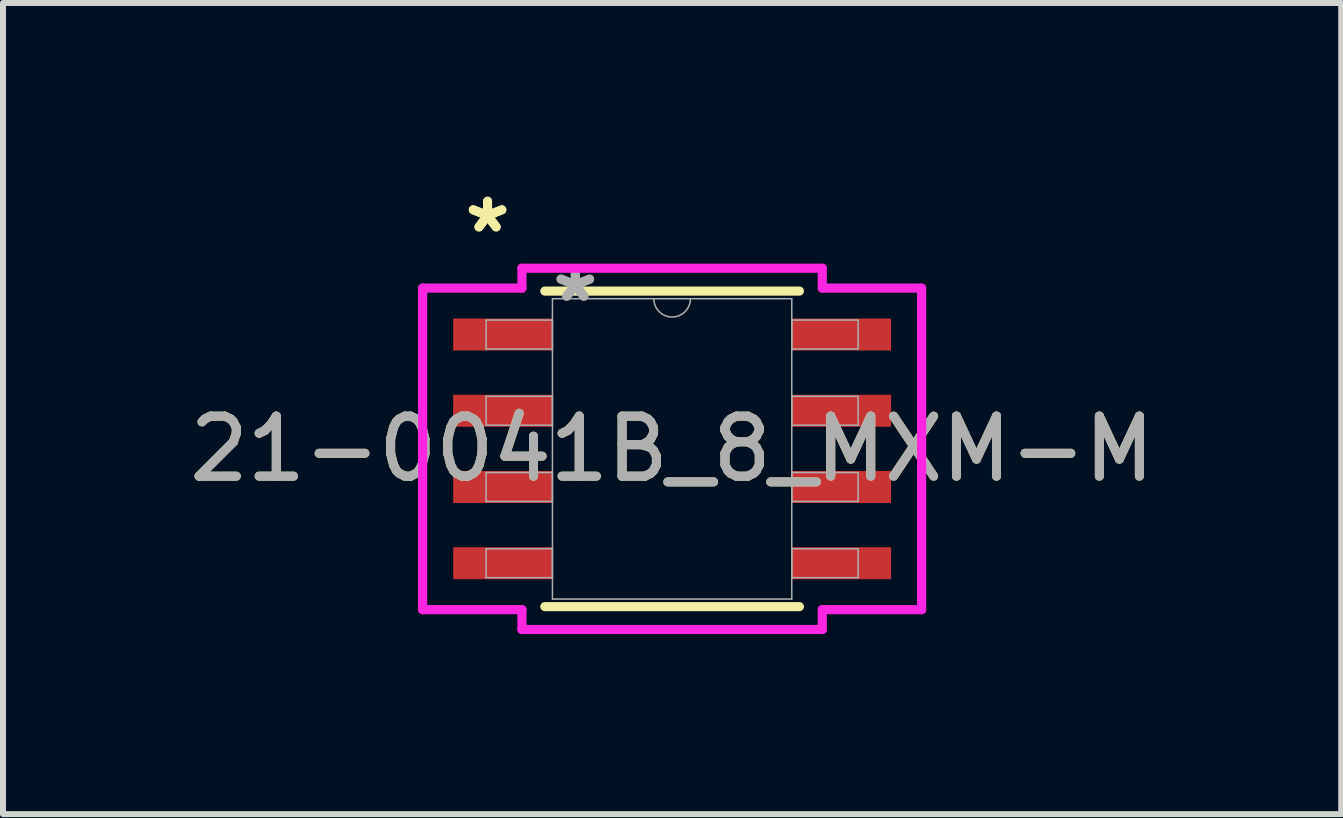
<source format=kicad_pcb>
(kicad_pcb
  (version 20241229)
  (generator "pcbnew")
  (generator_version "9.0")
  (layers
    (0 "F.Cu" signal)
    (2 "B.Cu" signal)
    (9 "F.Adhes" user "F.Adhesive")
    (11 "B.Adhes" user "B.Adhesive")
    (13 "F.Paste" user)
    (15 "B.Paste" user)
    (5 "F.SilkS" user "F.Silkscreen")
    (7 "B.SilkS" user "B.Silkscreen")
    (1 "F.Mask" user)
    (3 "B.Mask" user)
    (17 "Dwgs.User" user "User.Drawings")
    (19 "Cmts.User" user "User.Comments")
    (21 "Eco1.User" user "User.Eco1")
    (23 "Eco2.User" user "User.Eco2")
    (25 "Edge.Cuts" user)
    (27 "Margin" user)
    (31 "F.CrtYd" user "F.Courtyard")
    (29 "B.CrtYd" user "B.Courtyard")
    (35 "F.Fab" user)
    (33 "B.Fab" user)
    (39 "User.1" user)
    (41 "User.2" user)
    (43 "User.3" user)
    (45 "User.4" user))
  (footprint "21-0041B_8_MXM-M"
    (layer "F.Cu")
    (at 8.149 4.429)
    (property "Reference" "21-0041B_8_MXM-M" (at 0 0 0) (unlocked yes) (layer "F.SilkS") (effects (font (size 1 1) (thickness 0.15))))
    (attr smd)
    (fp_line (start -2.121 2.629) (end 2.121 2.629) (stroke (width 0.152) (type solid)) (layer "F.SilkS"))
    (fp_line (start 2.121 -2.629) (end -2.121 -2.629) (stroke (width 0.152) (type solid)) (layer "F.SilkS"))
    (fp_line (start -4.157 -2.679) (end -2.502 -2.679) (stroke (width 0.152) (type solid)) (layer "F.CrtYd"))
    (fp_line (start -4.157 2.679) (end -4.157 -2.679) (stroke (width 0.152) (type solid)) (layer "F.CrtYd"))
    (fp_line (start -4.157 2.679) (end -2.502 2.679) (stroke (width 0.152) (type solid)) (layer "F.CrtYd"))
    (fp_line (start -2.502 -3.01) (end 2.502 -3.01) (stroke (width 0.152) (type solid)) (layer "F.CrtYd"))
    (fp_line (start -2.502 -2.679) (end -2.502 -3.01) (stroke (width 0.152) (type solid)) (layer "F.CrtYd"))
    (fp_line (start -2.502 3.01) (end -2.502 2.679) (stroke (width 0.152) (type solid)) (layer "F.CrtYd"))
    (fp_line (start 2.502 -3.01) (end 2.502 -2.679) (stroke (width 0.152) (type solid)) (layer "F.CrtYd"))
    (fp_line (start 2.502 2.679) (end 2.502 3.01) (stroke (width 0.152) (type solid)) (layer "F.CrtYd"))
    (fp_line (start 2.502 3.01) (end -2.502 3.01) (stroke (width 0.152) (type solid)) (layer "F.CrtYd"))
    (fp_line (start 4.157 -2.679) (end 2.502 -2.679) (stroke (width 0.152) (type solid)) (layer "F.CrtYd"))
    (fp_line (start 4.157 -2.679) (end 4.157 2.679) (stroke (width 0.152) (type solid)) (layer "F.CrtYd"))
    (fp_line (start 4.157 2.679) (end 2.502 2.679) (stroke (width 0.152) (type solid)) (layer "F.CrtYd"))
    (fp_line (start -3.099 -2.146) (end -3.099 -1.664) (stroke (width 0.025) (type solid)) (layer "F.Fab"))
    (fp_line (start -3.099 -1.664) (end -1.994 -1.664) (stroke (width 0.025) (type solid)) (layer "F.Fab"))
    (fp_line (start -3.099 -0.876) (end -3.099 -0.394) (stroke (width 0.025) (type solid)) (layer "F.Fab"))
    (fp_line (start -3.099 -0.394) (end -1.994 -0.394) (stroke (width 0.025) (type solid)) (layer "F.Fab"))
    (fp_line (start -3.099 0.394) (end -3.099 0.876) (stroke (width 0.025) (type solid)) (layer "F.Fab"))
    (fp_line (start -3.099 0.876) (end -1.994 0.876) (stroke (width 0.025) (type solid)) (layer "F.Fab"))
    (fp_line (start -3.099 1.664) (end -3.099 2.146) (stroke (width 0.025) (type solid)) (layer "F.Fab"))
    (fp_line (start -3.099 2.146) (end -1.994 2.146) (stroke (width 0.025) (type solid)) (layer "F.Fab"))
    (fp_line (start -1.994 -2.502) (end -1.994 2.502) (stroke (width 0.025) (type solid)) (layer "F.Fab"))
    (fp_line (start -1.994 -2.146) (end -3.099 -2.146) (stroke (width 0.025) (type solid)) (layer "F.Fab"))
    (fp_line (start -1.994 -1.664) (end -1.994 -2.146) (stroke (width 0.025) (type solid)) (layer "F.Fab"))
    (fp_line (start -1.994 -0.876) (end -3.099 -0.876) (stroke (width 0.025) (type solid)) (layer "F.Fab"))
    (fp_line (start -1.994 -0.394) (end -1.994 -0.876) (stroke (width 0.025) (type solid)) (layer "F.Fab"))
    (fp_line (start -1.994 0.394) (end -3.099 0.394) (stroke (width 0.025) (type solid)) (layer "F.Fab"))
    (fp_line (start -1.994 0.876) (end -1.994 0.394) (stroke (width 0.025) (type solid)) (layer "F.Fab"))
    (fp_line (start -1.994 1.664) (end -3.099 1.664) (stroke (width 0.025) (type solid)) (layer "F.Fab"))
    (fp_line (start -1.994 2.146) (end -1.994 1.664) (stroke (width 0.025) (type solid)) (layer "F.Fab"))
    (fp_line (start -1.994 2.502) (end 1.994 2.502) (stroke (width 0.025) (type solid)) (layer "F.Fab"))
    (fp_line (start 1.994 -2.502) (end -1.994 -2.502) (stroke (width 0.025) (type solid)) (layer "F.Fab"))
    (fp_line (start 1.994 -2.146) (end 1.994 -1.664) (stroke (width 0.025) (type solid)) (layer "F.Fab"))
    (fp_line (start 1.994 -1.664) (end 3.099 -1.664) (stroke (width 0.025) (type solid)) (layer "F.Fab"))
    (fp_line (start 1.994 -0.876) (end 1.994 -0.394) (stroke (width 0.025) (type solid)) (layer "F.Fab"))
    (fp_line (start 1.994 -0.394) (end 3.099 -0.394) (stroke (width 0.025) (type solid)) (layer "F.Fab"))
    (fp_line (start 1.994 0.394) (end 1.994 0.876) (stroke (width 0.025) (type solid)) (layer "F.Fab"))
    (fp_line (start 1.994 0.876) (end 3.099 0.876) (stroke (width 0.025) (type solid)) (layer "F.Fab"))
    (fp_line (start 1.994 1.664) (end 1.994 2.146) (stroke (width 0.025) (type solid)) (layer "F.Fab"))
    (fp_line (start 1.994 2.146) (end 3.099 2.146) (stroke (width 0.025) (type solid)) (layer "F.Fab"))
    (fp_line (start 1.994 2.502) (end 1.994 -2.502) (stroke (width 0.025) (type solid)) (layer "F.Fab"))
    (fp_line (start 3.099 -2.146) (end 1.994 -2.146) (stroke (width 0.025) (type solid)) (layer "F.Fab"))
    (fp_line (start 3.099 -1.664) (end 3.099 -2.146) (stroke (width 0.025) (type solid)) (layer "F.Fab"))
    (fp_line (start 3.099 -0.876) (end 1.994 -0.876) (stroke (width 0.025) (type solid)) (layer "F.Fab"))
    (fp_line (start 3.099 -0.394) (end 3.099 -0.876) (stroke (width 0.025) (type solid)) (layer "F.Fab"))
    (fp_line (start 3.099 0.394) (end 1.994 0.394) (stroke (width 0.025) (type solid)) (layer "F.Fab"))
    (fp_line (start 3.099 0.876) (end 3.099 0.394) (stroke (width 0.025) (type solid)) (layer "F.Fab"))
    (fp_line (start 3.099 1.664) (end 1.994 1.664) (stroke (width 0.025) (type solid)) (layer "F.Fab"))
    (fp_line (start 3.099 2.146) (end 3.099 1.664) (stroke (width 0.025) (type solid)) (layer "F.Fab"))
    (fp_arc (start 0.3048 -2.5019) (mid 0 -2.1971) (end -0.3048 -2.5019) (stroke (width 0.0254) (type solid)) (layer "F.Fab"))
    (fp_text user "*" (at -3.075 -3.581 0) (layer "F.SilkS") (effects (font (size 1 1) (thickness 0.15))))
    (fp_text user "*" (at -3.075 -3.581 0) (unlocked yes) (layer "F.SilkS") (effects (font (size 1 1) (thickness 0.15))))
    (fp_text user "${REFERENCE}" (at 0 0 0) (unlocked yes) (layer "F.Fab") (effects (font (size 1 1) (thickness 0.15))))
    (fp_text user "*" (at -1.613 -2.426 0) (unlocked yes) (layer "F.Fab") (effects (font (size 1 1) (thickness 0.15))))
    (fp_text user "*" (at -1.613 -2.426 0) (layer "F.Fab") (effects (font (size 1 1) (thickness 0.15))))
    (pad "1" smd rect (at -2.821 -1.905) (size 1.655 0.533) (layers "F.Cu" "F.Mask" "F.Paste"))
    (pad "2" smd rect (at -2.821 -0.635) (size 1.655 0.533) (layers "F.Cu" "F.Mask" "F.Paste"))
    (pad "3" smd rect (at -2.821 0.635) (size 1.655 0.533) (layers "F.Cu" "F.Mask" "F.Paste"))
    (pad "4" smd rect (at -2.821 1.905) (size 1.655 0.533) (layers "F.Cu" "F.Mask" "F.Paste"))
    (pad "5" smd rect (at 2.821 1.905) (size 1.655 0.533) (layers "F.Cu" "F.Mask" "F.Paste"))
    (pad "6" smd rect (at 2.821 0.635) (size 1.655 0.533) (layers "F.Cu" "F.Mask" "F.Paste"))
    (pad "7" smd rect (at 2.821 -0.635) (size 1.655 0.533) (layers "F.Cu" "F.Mask" "F.Paste"))
    (pad "8" smd rect (at 2.821 -1.905) (size 1.655 0.533) (layers "F.Cu" "F.Mask" "F.Paste")))
  (gr_rect
    (start -3 -3)
    (end 19.298 10.515)
    (stroke (width 0.1) (type default))
    (fill no)
    (layer "Edge.Cuts")))
</source>
